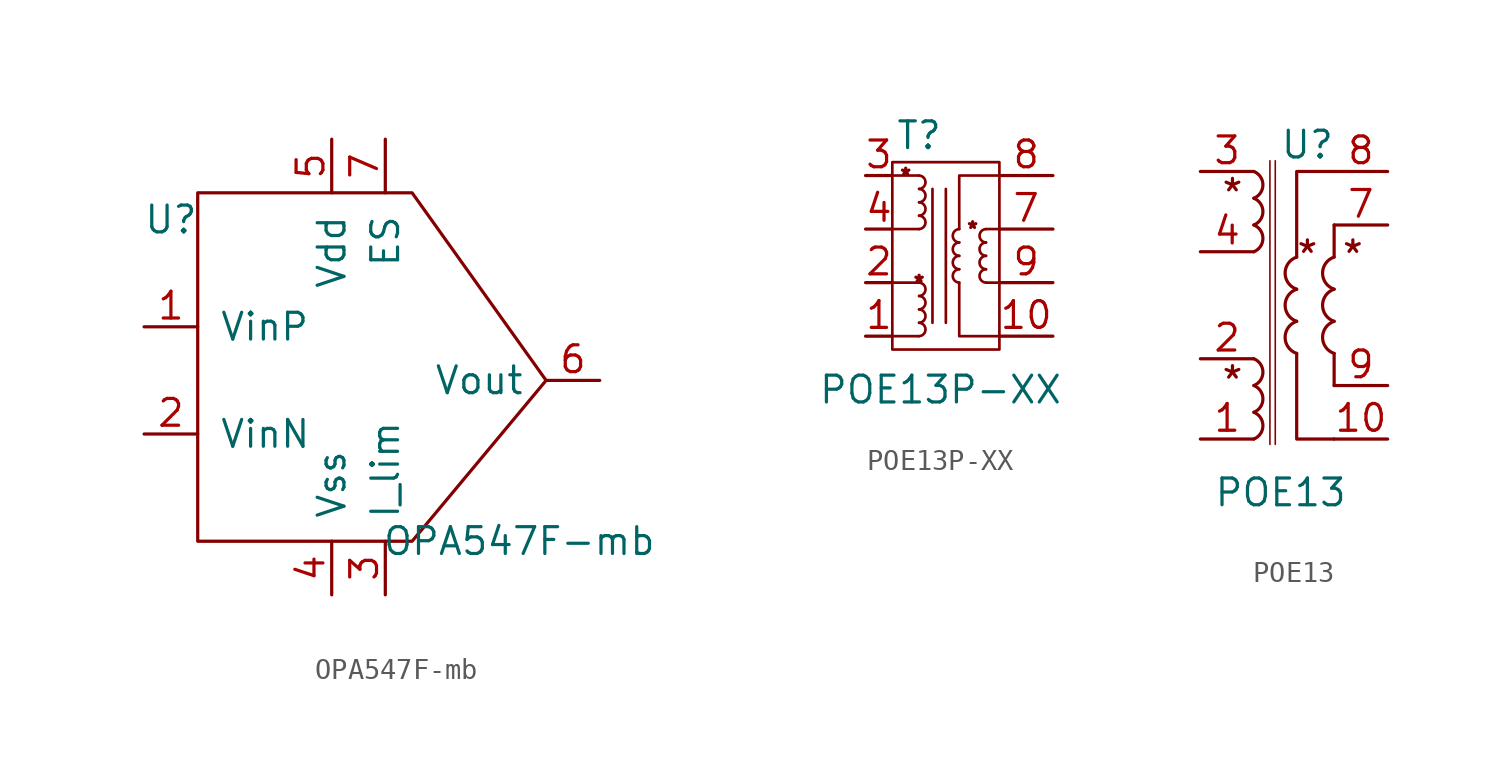
<source format=kicad_sym>
(kicad_symbol_lib
  (version 20241209)
  (generator "kicad_symbol_editor")
  (generator_version "9.0")
  (symbol "OPA547F-mb"
    (pin_names
      (offset 1.016))
    (property "Reference" "U"
      (at -7.62 7.62 0)
      (effects (font (size 1.27 1.27))))
    (property "Value" "OPA547F-mb"
      (at 8.89 -7.62 0)
      (effects (font (size 1.27 1.27))))
    (symbol "OPA547F-mb_0_0"
      (pin input line (at -8.89 2.54 0) (length 2.54) (name "VinP" (effects (font (size 1.27 1.27)))) (number "1" (effects (font (size 1.27 1.27)))))
      (pin input line (at -8.89 -2.54 0) (length 2.54) (name "VinN" (effects (font (size 1.27 1.27)))) (number "2" (effects (font (size 1.27 1.27)))))
      (pin power_in line (at 0 11.43 270) (length 2.54) (name "Vdd" (effects (font (size 1.27 1.27)))) (number "5" (effects (font (size 1.27 1.27)))))
      (pin power_in line (at 0 -10.16 90) (length 2.54) (name "Vss" (effects (font (size 1.27 1.27)))) (number "4" (effects (font (size 1.27 1.27)))))
      (pin input line (at 2.54 11.43 270) (length 2.54) (name "ES" (effects (font (size 1.27 1.27)))) (number "7" (effects (font (size 1.27 1.27)))))
      (pin bidirectional line (at 2.54 -10.16 90) (length 2.54) (name "I_lim" (effects (font (size 1.27 1.27)))) (number "3" (effects (font (size 1.27 1.27)))))
      (pin output line (at 12.7 0 180) (length 2.54) (name "Vout" (effects (font (size 1.27 1.27)))) (number "6" (effects (font (size 1.27 1.27))))))
    (symbol "OPA547F-mb_0_1"
      (polyline (pts (xy -6.35 2.54) (xy -6.35 8.89) (xy 3.81 8.89) (xy 10.16 0) (xy 3.81 -7.62) (xy -6.35 -7.62) (xy -6.35 2.54)) (stroke (width 0) (type solid)) (fill (type none)))))
  (symbol "POE13P-XX"
    (pin_names
      (offset 1.016)
      (hide yes))
    (property "Reference" "T"
      (at -1.27 5.715 0)
      (effects (font (size 1.27 1.27))))
    (property "Value" "POE13P-XX"
      (at -0.254 -6.35 0)
      (effects (font (size 1.27 1.27))))
    (symbol "POE13P-XX_0_0"
      (polyline (pts (xy -1.27 3.81) (xy -2.54 3.81)) (stroke (width 0.127) (type solid)) (fill (type none)))
      (polyline (pts (xy -1.27 1.27) (xy -2.54 1.27)) (stroke (width 0.127) (type solid)) (fill (type none)))
      (polyline (pts (xy -1.27 -1.27) (xy -2.54 -1.27)) (stroke (width 0.127) (type solid)) (fill (type none)))
      (polyline (pts (xy -1.27 -3.81) (xy -2.54 -3.81)) (stroke (width 0.127) (type solid)) (fill (type none)))
      (rectangle (start 2.54 4.445) (end -2.54 -4.445) (stroke (width 0.127) (type solid)) (fill (type none)))
      (text "*" (at -1.905 3.81 0) (effects (font (size 0.635 0.635))))
      (text "*" (at -1.27 -1.27 0) (effects (font (size 0.635 0.635))))
      (text "*" (at 1.27 1.27 0) (effects (font (size 0.635 0.635)))))
    (symbol "POE13P-XX_0_1"
      (arc (start -1.27 3.81) (mid -0.9649 3.4925) (end -1.27 3.175) (stroke (width 0.127) (type solid)) (fill (type none)))
      (arc (start -1.27 3.175) (mid -0.9649 2.8575) (end -1.27 2.54) (stroke (width 0.127) (type solid)) (fill (type none)))
      (arc (start -1.27 2.54) (mid -0.9649 2.2225) (end -1.27 1.905) (stroke (width 0.127) (type solid)) (fill (type none)))
      (arc (start -1.27 1.905) (mid -0.9649 1.5875) (end -1.27 1.27) (stroke (width 0.127) (type solid)) (fill (type none)))
      (arc (start -1.27 -1.27) (mid -0.9649 -1.5875) (end -1.27 -1.905) (stroke (width 0.127) (type solid)) (fill (type none)))
      (arc (start -1.27 -1.905) (mid -0.9649 -2.2225) (end -1.27 -2.54) (stroke (width 0.127) (type solid)) (fill (type none)))
      (arc (start -1.27 -2.54) (mid -0.9649 -2.8575) (end -1.27 -3.175) (stroke (width 0.127) (type solid)) (fill (type none)))
      (arc (start -1.27 -3.175) (mid -0.9649 -3.4925) (end -1.27 -3.81) (stroke (width 0.127) (type solid)) (fill (type none)))
      (polyline (pts (xy -0.635 3.175) (xy -0.635 -3.175)) (stroke (width 0.127) (type solid)) (fill (type none)))
      (polyline (pts (xy 0 3.175) (xy 0 -3.175)) (stroke (width 0.127) (type solid)) (fill (type none)))
      (polyline (pts (xy 0.635 -1.27) (xy 0.635 -3.81) (xy 2.54 -3.81)) (stroke (width 0.127) (type solid)) (fill (type none)))
      (arc (start 0.635 0.635) (mid 0.3299 0.9525) (end 0.635 1.27) (stroke (width 0.127) (type solid)) (fill (type none)))
      (arc (start 0.635 0) (mid 0.3299 0.3175) (end 0.635 0.635) (stroke (width 0.127) (type solid)) (fill (type none)))
      (arc (start 0.635 -0.635) (mid 0.3299 -0.3175) (end 0.635 0) (stroke (width 0.127) (type solid)) (fill (type none)))
      (arc (start 0.635 -1.27) (mid 0.3299 -0.9525) (end 0.635 -0.635) (stroke (width 0.127) (type solid)) (fill (type none)))
      (arc (start 1.905 0.635) (mid 1.5999 0.9525) (end 1.905 1.27) (stroke (width 0.127) (type solid)) (fill (type none)))
      (arc (start 1.905 0) (mid 1.5999 0.3175) (end 1.905 0.635) (stroke (width 0.127) (type solid)) (fill (type none)))
      (arc (start 1.905 -0.635) (mid 1.5999 -0.3175) (end 1.905 0) (stroke (width 0.127) (type solid)) (fill (type none)))
      (arc (start 1.905 -1.27) (mid 1.5999 -0.9525) (end 1.905 -0.635) (stroke (width 0.127) (type solid)) (fill (type none)))
      (polyline (pts (xy 2.54 3.81) (xy 0.635 3.81) (xy 0.635 1.27)) (stroke (width 0.127) (type solid)) (fill (type none)))
      (polyline (pts (xy 2.54 1.27) (xy 1.905 1.27)) (stroke (width 0.127) (type solid)) (fill (type none)))
      (polyline (pts (xy 2.54 -1.27) (xy 1.905 -1.27)) (stroke (width 0.127) (type solid)) (fill (type none))))
    (symbol "POE13P-XX_1_1"
      (pin passive line (at -3.81 3.81 0) (length 1.27) (name "AB" (effects (font (size 1.27 1.27)))) (number "3" (effects (font (size 1.27 1.27)))))
      (pin passive line (at -3.81 1.27 0) (length 1.27) (name "AB" (effects (font (size 1.27 1.27)))) (number "4" (effects (font (size 1.27 1.27)))))
      (pin passive line (at -3.81 -1.27 0) (length 1.27) (name "AB" (effects (font (size 1.27 1.27)))) (number "2" (effects (font (size 1.27 1.27)))))
      (pin passive line (at -3.81 -3.81 0) (length 1.27) (name "AB" (effects (font (size 1.27 1.27)))) (number "1" (effects (font (size 1.27 1.27)))))
      (pin passive line (at 5.08 3.81 180) (length 2.54) (name "AB" (effects (font (size 1.27 1.27)))) (number "8" (effects (font (size 1.27 1.27)))))
      (pin passive line (at 5.08 1.27 180) (length 2.54) (name "AB" (effects (font (size 1.27 1.27)))) (number "7" (effects (font (size 1.27 1.27)))))
      (pin passive line (at 5.08 -1.27 180) (length 2.54) (name "AA" (effects (font (size 1.27 1.27)))) (number "9" (effects (font (size 1.27 1.27)))))
      (pin passive line (at 5.08 -3.81 180) (length 2.54) (name "AB" (effects (font (size 1.27 1.27)))) (number "10" (effects (font (size 1.27 1.27)))))))
  (symbol "POE13"
    (pin_names
      (offset 1.016))
    (property "Reference" "U"
      (at 0 7.62 0)
      (effects (font (size 1.27 1.27))))
    (property "Value" "POE13"
      (at -1.27 -8.89 0)
      (effects (font (size 1.27 1.27))))
    (symbol "POE13_0_0"
      (text "*" (at -3.556 5.334 0) (effects (font (size 1.27 1.27))))
      (text "*" (at -3.556 -3.556 0) (effects (font (size 1.27 1.27))))
      (text "*" (at 0 2.413 0) (effects (font (size 1.27 1.27))))
      (text "*" (at 2.159 2.413 0) (effects (font (size 1.27 1.27)))))
    (symbol "POE13_0_1"
      (arc (start -2.54 6.35) (mid -2.1101 5.715) (end -2.54 5.08) (stroke (width 0) (type solid)) (fill (type none)))
      (arc (start -2.54 5.08) (mid -2.1101 4.445) (end -2.54 3.81) (stroke (width 0) (type solid)) (fill (type none)))
      (arc (start -2.54 3.81) (mid -2.1101 3.175) (end -2.54 2.54) (stroke (width 0) (type solid)) (fill (type none)))
      (arc (start -2.54 -2.54) (mid -2.1101 -3.175) (end -2.54 -3.81) (stroke (width 0) (type solid)) (fill (type none)))
      (arc (start -2.54 -3.81) (mid -2.1101 -4.445) (end -2.54 -5.08) (stroke (width 0) (type solid)) (fill (type none)))
      (arc (start -2.54 -5.08) (mid -2.1101 -5.715) (end -2.54 -6.35) (stroke (width 0) (type solid)) (fill (type none)))
      (polyline (pts (xy -1.778 6.858) (xy -1.778 -6.604)) (stroke (width 0.076) (type solid)) (fill (type none)))
      (polyline (pts (xy -1.524 6.858) (xy -1.524 -6.604)) (stroke (width 0.076) (type solid)) (fill (type none)))
      (polyline (pts (xy -0.508 2.286) (xy -0.508 6.35) (xy 1.27 6.35)) (stroke (width 0) (type solid)) (fill (type none)))
      (polyline (pts (xy -0.508 -2.286) (xy -0.508 -6.35) (xy 1.27 -6.35)) (stroke (width 0) (type solid)) (fill (type none)))
      (arc (start -0.508 0.762) (mid -1.0572 1.524) (end -0.508 2.286) (stroke (width 0) (type solid)) (fill (type none)))
      (arc (start -0.508 -0.762) (mid -1.0572 0) (end -0.508 0.762) (stroke (width 0) (type solid)) (fill (type none)))
      (arc (start -0.508 -2.286) (mid -1.0572 -1.524) (end -0.508 -0.762) (stroke (width 0) (type solid)) (fill (type none)))
      (polyline (pts (xy 1.27 2.286) (xy 1.27 3.81)) (stroke (width 0) (type solid)) (fill (type none)))
      (polyline (pts (xy 1.27 -3.81) (xy 1.27 -2.286)) (stroke (width 0) (type solid)) (fill (type none)))
      (arc (start 1.27 0.762) (mid 0.7208 1.524) (end 1.27 2.286) (stroke (width 0) (type solid)) (fill (type none)))
      (arc (start 1.27 -0.762) (mid 0.7208 0) (end 1.27 0.762) (stroke (width 0) (type solid)) (fill (type none)))
      (arc (start 1.27 -2.286) (mid 0.7208 -1.524) (end 1.27 -0.762) (stroke (width 0) (type solid)) (fill (type none))))
    (symbol "POE13_1_1"
      (pin input line (at -5.08 6.35 0) (length 2.54) (name "~" (effects (font (size 1.27 1.27)))) (number "3" (effects (font (size 1.27 1.27)))))
      (pin input line (at -5.08 2.54 0) (length 2.54) (name "~" (effects (font (size 1.27 1.27)))) (number "4" (effects (font (size 1.27 1.27)))))
      (pin input line (at -5.08 -2.54 0) (length 2.54) (name "~" (effects (font (size 1.27 1.27)))) (number "2" (effects (font (size 1.27 1.27)))))
      (pin input line (at -5.08 -6.35 0) (length 2.54) (name "~" (effects (font (size 1.27 1.27)))) (number "1" (effects (font (size 1.27 1.27)))))
      (pin input line (at 3.81 6.35 180) (length 2.54) (name "~" (effects (font (size 1.27 1.27)))) (number "8" (effects (font (size 1.27 1.27)))))
      (pin input line (at 3.81 3.81 180) (length 2.54) (name "~" (effects (font (size 1.27 1.27)))) (number "7" (effects (font (size 1.27 1.27)))))
      (pin input line (at 3.81 -3.81 180) (length 2.54) (name "~" (effects (font (size 1.27 1.27)))) (number "9" (effects (font (size 1.27 1.27)))))
      (pin input line (at 3.81 -6.35 180) (length 2.54) (name "~" (effects (font (size 1.27 1.27)))) (number "10" (effects (font (size 1.27 1.27))))))))
</source>
